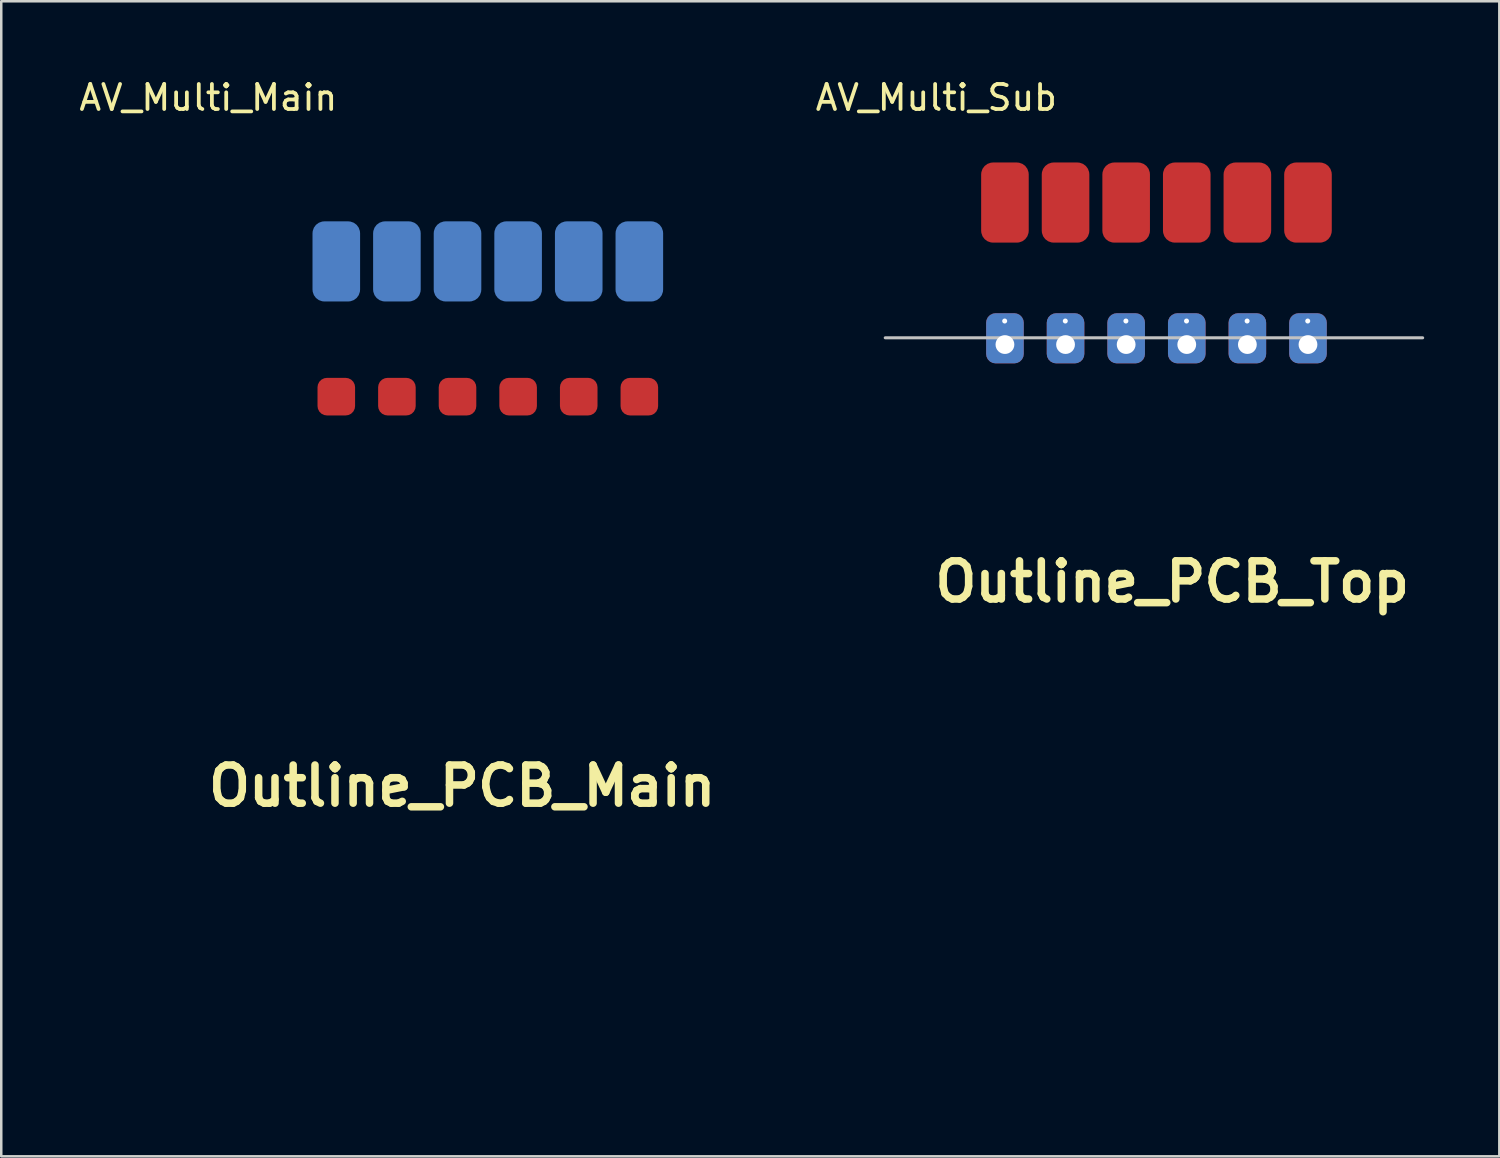
<source format=kicad_pcb>
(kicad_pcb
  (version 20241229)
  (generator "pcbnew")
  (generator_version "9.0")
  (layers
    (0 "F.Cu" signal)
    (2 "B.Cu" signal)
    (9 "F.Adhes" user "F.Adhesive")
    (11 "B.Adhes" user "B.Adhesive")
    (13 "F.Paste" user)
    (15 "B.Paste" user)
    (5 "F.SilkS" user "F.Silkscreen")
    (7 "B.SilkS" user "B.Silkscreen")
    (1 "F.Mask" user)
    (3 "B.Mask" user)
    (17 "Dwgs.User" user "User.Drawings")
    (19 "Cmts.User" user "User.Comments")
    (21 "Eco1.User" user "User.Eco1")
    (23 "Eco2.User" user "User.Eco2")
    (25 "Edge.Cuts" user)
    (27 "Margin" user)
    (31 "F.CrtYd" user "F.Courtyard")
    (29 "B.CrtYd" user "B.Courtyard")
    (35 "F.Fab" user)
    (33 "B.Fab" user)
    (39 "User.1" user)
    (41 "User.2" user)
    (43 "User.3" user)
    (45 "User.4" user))
  (footprint "AV_Multi_Main"
    (layer "F.Cu")
    (at 9.628 5.788)
    (property "Reference" "AV_Multi_Main" (at -4.36 -4.94 0) (layer "F.SilkS") (effects (font (size 1 1) (thickness 0.15))))
    (attr through_hole)
    (fp_poly (pts (xy 16.769 7.264) (xy -3.128 7.264) (xy -3.128 -0.004) (xy 16.769 -0.004) (xy 16.769 7.264)) (stroke (width 0.01) (type solid)) (fill no) (layer "Eco1.User"))
    (pad "1" connect roundrect (at 12.85 7) (size 1.5 1.5) (layers "F.Cu" "F.Mask") (roundrect_rratio 0.25))
    (pad "2" connect roundrect (at 12.85 1.6) (size 1.9 3.2) (layers "B.Cu" "B.Mask") (roundrect_rratio 0.25))
    (pad "3" connect roundrect (at 10.43 7) (size 1.5 1.5) (layers "F.Cu" "F.Mask") (roundrect_rratio 0.25))
    (pad "4" connect roundrect (at 10.43 1.6) (size 1.9 3.2) (layers "B.Cu" "B.Mask") (roundrect_rratio 0.25))
    (pad "5" connect roundrect (at 8.01 7) (size 1.5 1.5) (layers "F.Cu" "F.Mask") (roundrect_rratio 0.25))
    (pad "6" connect roundrect (at 8.01 1.6) (size 1.9 3.2) (layers "B.Cu" "B.Mask") (roundrect_rratio 0.25))
    (pad "7" connect roundrect (at 5.59 7) (size 1.5 1.5) (layers "F.Cu" "F.Mask") (roundrect_rratio 0.25))
    (pad "8" connect roundrect (at 5.59 1.6) (size 1.9 3.2) (layers "B.Cu" "B.Mask") (roundrect_rratio 0.25))
    (pad "9" connect roundrect (at 3.17 7) (size 1.5 1.5) (layers "F.Cu" "F.Mask") (roundrect_rratio 0.25))
    (pad "10" connect roundrect (at 3.17 1.6) (size 1.9 3.2) (layers "B.Cu" "B.Mask") (roundrect_rratio 0.25))
    (pad "11" connect roundrect (at 0.75 7) (size 1.5 1.5) (layers "F.Cu" "F.Mask") (roundrect_rratio 0.25))
    (pad "12" connect roundrect (at 0.75 1.6) (size 1.9 3.2) (layers "B.Cu" "B.Mask") (roundrect_rratio 0.25)))
  (footprint "Outline_PCB_Main"
    (layer "F.Cu")
    (at 15.405 28.33)
    (property "Reference" "Outline_PCB_Main" (at 0 0 0) (layer "F.SilkS") (effects (font (size 1.524 1.524) (thickness 0.3))))
    (attr through_hole)
    (fp_poly (pts (xy 0.753 -11.786) (xy 1.477 -11.786) (xy 2.161 -11.786) (xy 2.808 -11.786) (xy 3.418 -11.786) (xy 3.992 -11.786) (xy 4.532 -11.786) (xy 5.038 -11.786) (xy 5.512 -11.785) (xy 5.954 -11.785) (xy 6.366 -11.785) (xy 6.748 -11.785) (xy 7.103 -11.784) (xy 7.43 -11.784) (xy 7.731 -11.783) (xy 8.007 -11.783) (xy 8.26 -11.782) (xy 8.489 -11.781) (xy 8.697 -11.78) (xy 8.884 -11.779) (xy 9.051 -11.779) (xy 9.2 -11.777) (xy 9.332 -11.776) (xy 9.447 -11.775) (xy 9.546 -11.774) (xy 9.632 -11.772) (xy 9.704 -11.771) (xy 9.764 -11.769) (xy 9.813 -11.767) (xy 9.852 -11.765) (xy 9.883 -11.763) (xy 9.905 -11.761) (xy 9.921 -11.759) (xy 9.931 -11.756) (xy 9.936 -11.754) (xy 9.938 -11.751) (xy 9.938 -11.75) (xy 9.938 -11.666) (xy 9.937 -11.546) (xy 9.937 -11.394) (xy 9.937 -11.213) (xy 9.937 -11.004) (xy 9.938 -10.77) (xy 9.938 -10.514) (xy 9.938 -10.238) (xy 9.938 -9.945) (xy 9.939 -9.638) (xy 9.939 -9.319) (xy 9.94 -8.99) (xy 9.941 -8.654) (xy 9.941 -8.313) (xy 9.942 -7.971) (xy 9.943 -7.629) (xy 9.943 -7.29) (xy 9.944 -6.957) (xy 9.945 -6.632) (xy 9.946 -6.318) (xy 9.947 -6.017) (xy 9.947 -5.732) (xy 9.948 -5.465) (xy 9.949 -5.22) (xy 9.95 -4.997) (xy 9.951 -4.801) (xy 9.951 -4.633) (xy 9.952 -4.496) (xy 9.953 -4.392) (xy 9.953 -4.325) (xy 9.954 -4.297) (xy 9.962 -4.148) (xy 15.4 -4.148) (xy 15.4 11.786) (xy -15.4 11.786) (xy -15.4 6.69) (xy -13.616 6.69) (xy -13.616 6.755) (xy -13.607 6.829) (xy -13.593 6.916) (xy -13.536 7.124) (xy -13.445 7.312) (xy -13.322 7.477) (xy -13.168 7.617) (xy -12.987 7.728) (xy -12.876 7.776) (xy -12.78 7.809) (xy -12.7 7.829) (xy -12.618 7.839) (xy -12.516 7.842) (xy -12.505 7.842) (xy -12.403 7.841) (xy -12.324 7.833) (xy -12.248 7.817) (xy -12.159 7.788) (xy -12.122 7.775) (xy -11.923 7.682) (xy -11.752 7.56) (xy -11.611 7.411) (xy -11.501 7.236) (xy -11.425 7.038) (xy -11.396 6.915) (xy -11.377 6.791) (xy -11.371 6.7) (xy -11.376 6.65) (xy -11.389 6.603) (xy -11.394 6.575) (xy -11.412 6.438) (xy -11.464 6.292) (xy -11.543 6.144) (xy -11.645 6.005) (xy -11.766 5.881) (xy -11.79 5.861) (xy -11.967 5.74) (xy -12.062 5.698) (xy -6.509 5.698) (xy -6.509 7.751) (xy -5.765 8.496) (xy -5.021 9.24) (xy 4.866 9.24) (xy 4.866 6.692) (xy 11.36 6.692) (xy 11.361 6.754) (xy 11.369 6.825) (xy 11.386 6.919) (xy 11.386 6.919) (xy 11.444 7.128) (xy 11.538 7.317) (xy 11.664 7.483) (xy 11.819 7.623) (xy 12.001 7.733) (xy 12.098 7.776) (xy 12.188 7.808) (xy 12.262 7.827) (xy 12.339 7.838) (xy 12.434 7.842) (xy 12.473 7.842) (xy 12.576 7.841) (xy 12.655 7.835) (xy 12.727 7.821) (xy 12.808 7.795) (xy 12.853 7.779) (xy 12.992 7.721) (xy 13.104 7.657) (xy 13.202 7.579) (xy 13.204 7.577) (xy 13.243 7.543) (xy 13.292 7.5) (xy 13.298 7.495) (xy 13.336 7.453) (xy 13.384 7.388) (xy 13.435 7.309) (xy 13.453 7.279) (xy 13.509 7.172) (xy 13.546 7.074) (xy 13.574 6.963) (xy 13.581 6.927) (xy 13.597 6.834) (xy 13.604 6.764) (xy 13.604 6.699) (xy 13.595 6.623) (xy 13.582 6.541) (xy 13.559 6.433) (xy 13.532 6.336) (xy 13.504 6.265) (xy 13.499 6.257) (xy 13.459 6.185) (xy 13.419 6.112) (xy 13.409 6.095) (xy 13.376 6.049) (xy 13.32 5.986) (xy 13.25 5.918) (xy 13.206 5.879) (xy 13.117 5.806) (xy 13.041 5.754) (xy 12.961 5.713) (xy 12.863 5.674) (xy 12.859 5.672) (xy 12.651 5.617) (xy 12.445 5.603) (xy 12.243 5.629) (xy 12.048 5.695) (xy 11.862 5.8) (xy 11.765 5.874) (xy 11.618 6.018) (xy 11.507 6.176) (xy 11.429 6.355) (xy 11.385 6.529) (xy 11.368 6.623) (xy 11.36 6.692) (xy 4.866 6.692) (xy 4.866 4.209) (xy -5.02 4.209) (xy -5.765 4.954) (xy -6.509 5.698) (xy -12.062 5.698) (xy -12.156 5.657) (xy -12.352 5.611) (xy -12.551 5.604) (xy -12.75 5.634) (xy -12.944 5.703) (xy -13.129 5.81) (xy -13.211 5.872) (xy -13.361 6.019) (xy -13.475 6.182) (xy -13.554 6.365) (xy -13.593 6.526) (xy -13.609 6.619) (xy -13.616 6.69) (xy -15.4 6.69) (xy -15.4 -0.554) (xy -12.3 -0.554) (xy -12.3 1.129) (xy -11.704 1.129) (xy -6.797 1.129) (xy -6.224 1.129) (xy -6.211 1.042) (xy -6.209 1.002) (xy -6.206 0.925) (xy -6.205 0.819) (xy -6.204 0.687) (xy -6.204 0.535) (xy -6.204 0.368) (xy -6.205 0.205) (xy -6.211 -0.544) (xy -6.504 -0.55) (xy -6.797 -0.556) (xy -6.797 1.129) (xy -11.704 1.129) (xy -11.704 -0.554) (xy -12.3 -0.554) (xy -15.4 -0.554) (xy -15.4 -2.546) (xy -14.681 -2.546) (xy -14.681 -0.862) (xy -14.107 -0.862) (xy -14.107 -2.5) (xy -8.591 -2.5) (xy -8.59 -2.472) (xy -8.589 -2.408) (xy -8.589 -2.312) (xy -8.588 -2.188) (xy -8.587 -2.043) (xy -8.586 -1.88) (xy -8.586 -1.703) (xy -8.586 -1.663) (xy -8.583 -0.862) (xy -8.008 -0.862) (xy -8.008 -2.546) (xy -3.101 -2.546) (xy -3.101 -0.862) (xy -2.505 -0.862) (xy -2.505 -1.183) (xy -1.581 -1.183) (xy -1.58 -1.077) (xy -1.573 -0.991) (xy -1.56 -0.911) (xy -1.537 -0.819) (xy -1.51 -0.727) (xy -1.477 -0.627) (xy -1.442 -0.535) (xy -1.409 -0.463) (xy -1.387 -0.424) (xy -1.354 -0.376) (xy -1.336 -0.34) (xy -1.335 -0.333) (xy -1.322 -0.307) (xy -1.318 -0.305) (xy -1.298 -0.285) (xy -1.264 -0.242) (xy -1.235 -0.2) (xy -1.191 -0.147) (xy -1.124 -0.078) (xy -1.044 -0.005) (xy -0.978 0.051) (xy -0.877 0.128) (xy -0.79 0.186) (xy -0.701 0.233) (xy -0.595 0.278) (xy -0.573 0.286) (xy -0.475 0.321) (xy -0.383 0.348) (xy -0.287 0.369) (xy -0.178 0.385) (xy -0.045 0.398) (xy 0.082 0.407) (xy 0.113 0.403) (xy 0.175 0.391) (xy 0.259 0.373) (xy 0.349 0.352) (xy 0.596 0.273) (xy 0.82 0.16) (xy 1.019 0.014) (xy 1.192 -0.163) (xy 1.338 -0.37) (xy 1.411 -0.505) (xy 1.461 -0.616) (xy 1.496 -0.706) (xy 1.521 -0.791) (xy 1.54 -0.889) (xy 1.55 -0.952) (xy 1.564 -1.056) (xy 1.571 -1.136) (xy 1.571 -1.208) (xy 1.564 -1.288) (xy 1.55 -1.39) (xy 1.548 -1.404) (xy 1.493 -1.648) (xy 1.406 -1.87) (xy 1.283 -2.074) (xy 1.156 -2.232) (xy 1.084 -2.306) (xy 1.005 -2.38) (xy 0.927 -2.446) (xy 0.856 -2.5) (xy 0.8 -2.535) (xy 0.769 -2.546) (xy 0.747 -2.556) (xy 0.703 -2.582) (xy 0.673 -2.6) (xy 0.609 -2.632) (xy 0.517 -2.665) (xy 0.408 -2.696) (xy 0.37 -2.705) (xy 0.268 -2.727) (xy 0.184 -2.741) (xy 0.103 -2.747) (xy 0.01 -2.747) (xy -0.096 -2.743) (xy -0.209 -2.736) (xy -0.295 -2.727) (xy -0.368 -2.713) (xy -0.444 -2.691) (xy -0.537 -2.657) (xy -0.566 -2.646) (xy -0.798 -2.534) (xy -1.004 -2.392) (xy -1.183 -2.22) (xy -1.332 -2.022) (xy -1.449 -1.798) (xy -1.508 -1.638) (xy -1.541 -1.528) (xy -1.562 -1.442) (xy -1.574 -1.364) (xy -1.58 -1.279) (xy -1.581 -1.183) (xy -2.505 -1.183) (xy -2.505 -2.546) (xy -3.101 -2.546) (xy -8.008 -2.546) (xy -8.008 -2.547) (xy -8.301 -2.542) (xy -8.416 -2.539) (xy -8.497 -2.536) (xy -8.548 -2.531) (xy -8.577 -2.523) (xy -8.589 -2.513) (xy -8.591 -2.5) (xy -14.107 -2.5) (xy -14.107 -2.546) (xy -14.681 -2.546) (xy -15.4 -2.546) (xy -15.4 -4.148) (xy -9.959 -4.148) (xy -9.959 -11.786) (xy -0.01 -11.786) (xy 0.753 -11.786)) (stroke (width 0.01) (type solid)) (fill no) (layer "Eco1.User")))
  (footprint "Outline_PCB_Top"
    (layer "F.Cu")
    (at 43.754 20.178)
    (property "Reference" "Outline_PCB_Top" (at 0 0 0) (layer "F.SilkS") (effects (font (size 1.524 1.524) (thickness 0.3))))
    (attr through_hole)
    (fp_poly (pts (xy 9.959 3.634) (xy -9.938 3.634) (xy -9.938 -3.634) (xy 9.959 -3.634) (xy 9.959 3.634)) (stroke (width 0.01) (type solid)) (fill no) (layer "Eco1.User")))
  (footprint "AV_Multi_Sub"
    (layer "F.Cu")
    (at 43.126 3.438)
    (property "Reference" "AV_Multi_Sub" (at -8.79 -2.59 0) (layer "F.SilkS") (effects (font (size 1 1) (thickness 0.15))))
    (attr through_hole)
    (fp_line (start -10.83 7) (end 10.63 7) (stroke (width 0.12) (type solid)) (layer "Dwgs.User"))
    (fp_poly (pts (xy 9.949 7.274) (xy -9.948 7.274) (xy -9.948 0.006) (xy 9.949 0.006) (xy 9.949 7.274)) (stroke (width 0.01) (type solid)) (fill no) (layer "Eco1.User"))
    (pad "1" connect roundrect (at 6.05 1.6) (size 1.9 3.2) (layers "F.Cu" "F.Mask") (roundrect_rratio 0.25))
    (pad "3" connect roundrect (at 3.63 1.6) (size 1.9 3.2) (layers "F.Cu" "F.Mask") (roundrect_rratio 0.25))
    (pad "5" connect roundrect (at 1.21 1.6) (size 1.9 3.2) (layers "F.Cu" "F.Mask") (roundrect_rratio 0.25))
    (pad "7" connect roundrect (at -1.21 1.6) (size 1.9 3.2) (layers "F.Cu" "F.Mask") (roundrect_rratio 0.25))
    (pad "9" connect roundrect (at -3.63 1.6) (size 1.9 3.2) (layers "F.Cu" "F.Mask") (roundrect_rratio 0.25))
    (pad "11" connect roundrect (at -6.05 1.6) (size 1.9 3.2) (layers "F.Cu" "F.Mask") (roundrect_rratio 0.25))
    (pad "101" thru_hole circle (at 6.04 6.33) (size 0.4 0.4) (drill 0.2) (layers "*.Cu" "*.Mask"))
    (pad "101" thru_hole roundrect (at 6.05 7.27) (size 1.5 2) (drill 0.75 (offset 0 -0.25)) (layers "*.Cu" "*.Mask") (roundrect_rratio 0.25))
    (pad "103" thru_hole circle (at 3.62 6.33) (size 0.4 0.4) (drill 0.2) (layers "*.Cu" "*.Mask"))
    (pad "103" thru_hole roundrect (at 3.63 7.27) (size 1.5 2) (drill 0.75 (offset 0 -0.25)) (layers "*.Cu" "*.Mask") (roundrect_rratio 0.25))
    (pad "105" thru_hole circle (at 1.2 6.33) (size 0.4 0.4) (drill 0.2) (layers "*.Cu" "*.Mask"))
    (pad "105" thru_hole roundrect (at 1.21 7.27) (size 1.5 2) (drill 0.75 (offset 0 -0.25)) (layers "*.Cu" "*.Mask") (roundrect_rratio 0.25))
    (pad "107" thru_hole circle (at -1.22 6.33) (size 0.4 0.4) (drill 0.2) (layers "*.Cu" "*.Mask"))
    (pad "107" thru_hole roundrect (at -1.21 7.27) (size 1.5 2) (drill 0.75 (offset 0 -0.25)) (layers "*.Cu" "*.Mask") (roundrect_rratio 0.25))
    (pad "109" thru_hole circle (at -3.64 6.33) (size 0.4 0.4) (drill 0.2) (layers "*.Cu" "*.Mask"))
    (pad "109" thru_hole roundrect (at -3.63 7.27) (size 1.5 2) (drill 0.75 (offset 0 -0.25)) (layers "*.Cu" "*.Mask") (roundrect_rratio 0.25))
    (pad "111" thru_hole circle (at -6.06 6.33) (size 0.4 0.4) (drill 0.2) (layers "*.Cu" "*.Mask"))
    (pad "111" thru_hole roundrect (at -6.05 7.27) (size 1.5 2) (drill 0.75 (offset 0 -0.25)) (layers "*.Cu" "*.Mask") (roundrect_rratio 0.25)))
  (gr_rect
    (start -3 -3)
    (end 56.816 43.121)
    (stroke (width 0.1) (type default))
    (fill no)
    (layer "Edge.Cuts")))
</source>
